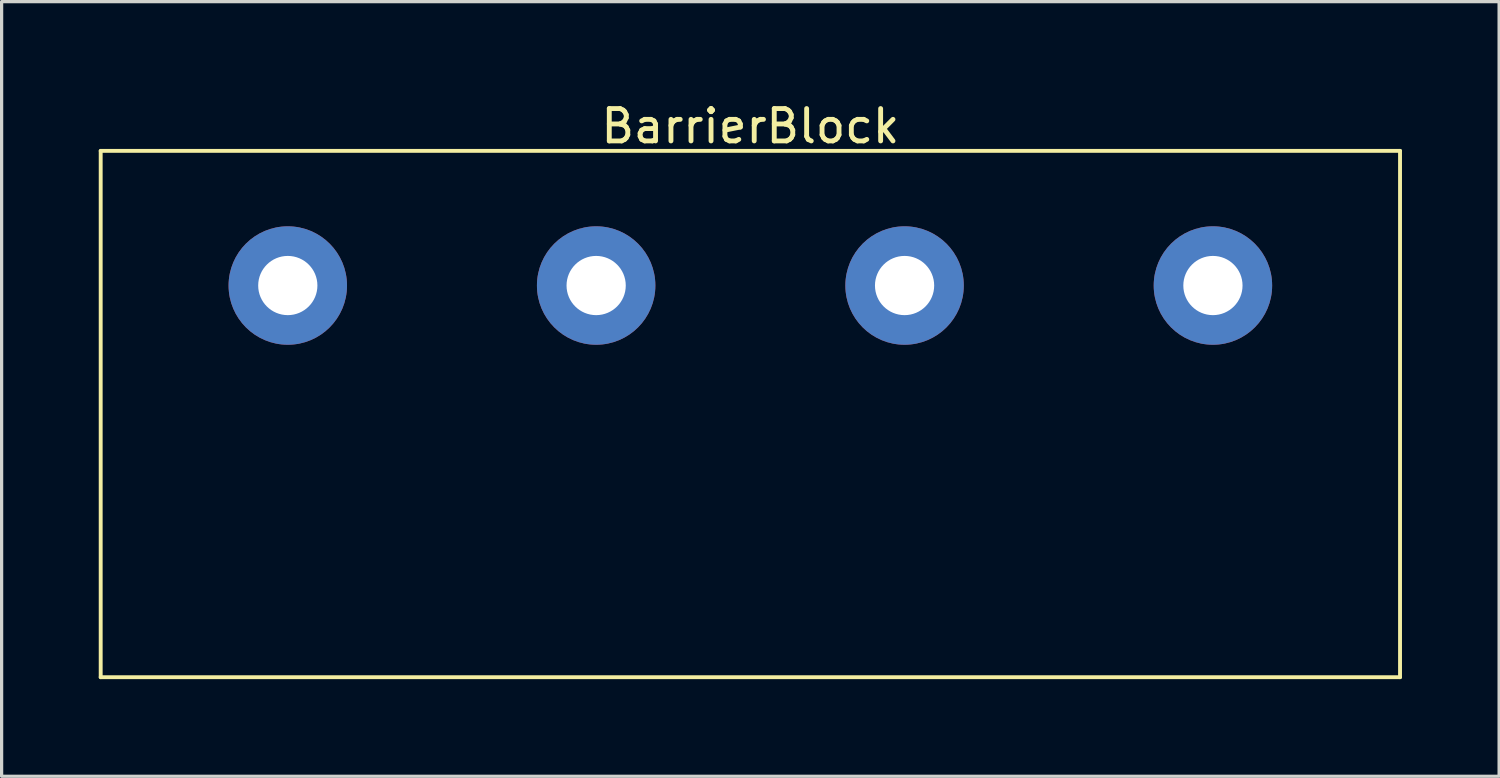
<source format=kicad_pcb>
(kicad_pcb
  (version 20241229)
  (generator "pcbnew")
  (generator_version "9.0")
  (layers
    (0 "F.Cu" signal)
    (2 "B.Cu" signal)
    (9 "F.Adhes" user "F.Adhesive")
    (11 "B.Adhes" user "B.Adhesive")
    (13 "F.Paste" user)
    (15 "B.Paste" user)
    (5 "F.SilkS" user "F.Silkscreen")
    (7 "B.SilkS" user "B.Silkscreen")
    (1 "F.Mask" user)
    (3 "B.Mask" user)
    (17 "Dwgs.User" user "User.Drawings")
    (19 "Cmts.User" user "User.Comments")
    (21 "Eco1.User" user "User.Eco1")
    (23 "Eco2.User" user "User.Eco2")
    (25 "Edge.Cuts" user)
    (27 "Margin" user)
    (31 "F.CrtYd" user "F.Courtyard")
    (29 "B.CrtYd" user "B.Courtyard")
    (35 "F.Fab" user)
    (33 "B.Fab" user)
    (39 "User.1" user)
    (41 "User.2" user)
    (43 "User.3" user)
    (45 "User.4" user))
  (footprint "BarrierBlock"
    (layer "F.Cu")
    (at 20.126 9.738)
    (property "Reference" "BarrierBlock" (at 0 -8.89 0) (layer "F.SilkS") (effects (font (size 1 1) (thickness 0.15))))
    (attr through_hole)
    (fp_line (start -20.066 -8.128) (end -20.066 8.128) (stroke (width 0.12) (type solid)) (layer "F.SilkS"))
    (fp_line (start -20.066 8.128) (end 20.066 8.128) (stroke (width 0.12) (type solid)) (layer "F.SilkS"))
    (fp_line (start 20.066 -8.128) (end -20.066 -8.128) (stroke (width 0.12) (type solid)) (layer "F.SilkS"))
    (fp_line (start 20.066 8.128) (end 20.066 -8.128) (stroke (width 0.12) (type solid)) (layer "F.SilkS"))
    (pad "1" thru_hole circle (at -14.287 -3.969) (size 3.658 3.658) (drill 1.829) (layers "*.Cu" "*.Mask"))
    (pad "2" thru_hole circle (at -4.763 -3.969) (size 3.658 3.658) (drill 1.829) (layers "*.Cu" "*.Mask"))
    (pad "3" thru_hole circle (at 4.763 -3.969) (size 3.658 3.658) (drill 1.829) (layers "*.Cu" "*.Mask"))
    (pad "4" thru_hole circle (at 14.287 -3.969) (size 3.658 3.658) (drill 1.829) (layers "*.Cu" "*.Mask")))
  (gr_rect
    (start -3 -3)
    (end 43.252 20.926)
    (stroke (width 0.1) (type default))
    (fill no)
    (layer "Edge.Cuts")))
</source>
